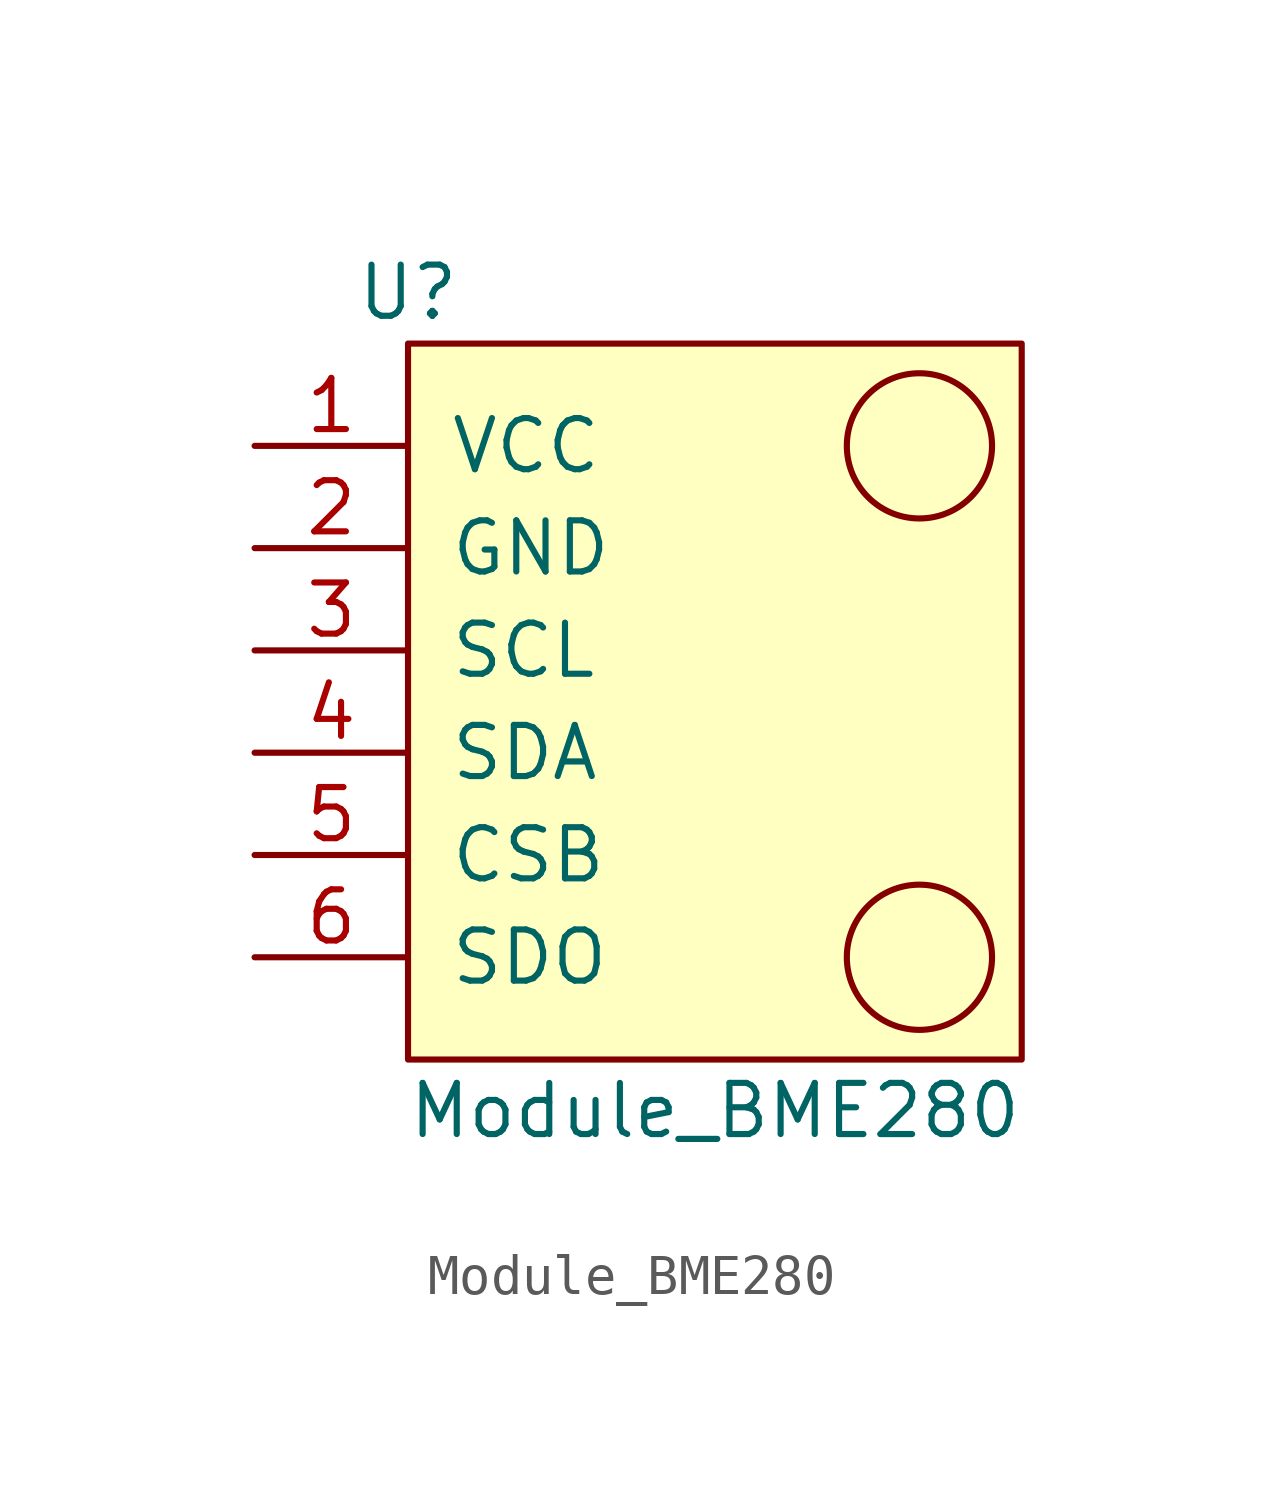
<source format=kicad_sym>
(kicad_symbol_lib
  (version 20211014)
  (generator kicad_symbol_editor)
  (symbol "Module_BME280"
    (pin_names
      (offset 1.016))
    (property "Reference" "U"
      (at 3.81 11.43 0)
      (effects (font (size 1.27 1.27))))
    (property "Value" "Module_BME280"
      (at 11.43 -8.89 0)
      (effects (font (size 1.27 1.27))))
    (symbol "Module_BME280_0_1"
      (rectangle (start 3.81 -7.62) (end 19.05 10.16) (stroke (width 0) (type default) (color 0 0 0 0)) (fill (type background)))
      (circle (center 16.51 -5.08) (radius 1.803) (stroke (width 0) (type default) (color 0 0 0 0)) (fill (type none)))
      (circle (center 16.51 7.62) (radius 1.803) (stroke (width 0) (type default) (color 0 0 0 0)) (fill (type none))))
    (symbol "Module_BME280_1_1"
      (pin passive line (at 0 7.62 0) (length 3.81) (name "VCC" (effects (font (size 1.27 1.27)))) (number "1" (effects (font (size 1.27 1.27)))))
      (pin passive line (at 0 5.08 0) (length 3.81) (name "GND" (effects (font (size 1.27 1.27)))) (number "2" (effects (font (size 1.27 1.27)))))
      (pin passive line (at 0 2.54 0) (length 3.81) (name "SCL" (effects (font (size 1.27 1.27)))) (number "3" (effects (font (size 1.27 1.27)))))
      (pin passive line (at 0 0 0) (length 3.81) (name "SDA" (effects (font (size 1.27 1.27)))) (number "4" (effects (font (size 1.27 1.27)))))
      (pin passive line (at 0 -2.54 0) (length 3.81) (name "CSB" (effects (font (size 1.27 1.27)))) (number "5" (effects (font (size 1.27 1.27)))))
      (pin passive line (at 0 -5.08 0) (length 3.81) (name "SDO" (effects (font (size 1.27 1.27)))) (number "6" (effects (font (size 1.27 1.27))))))))
</source>
